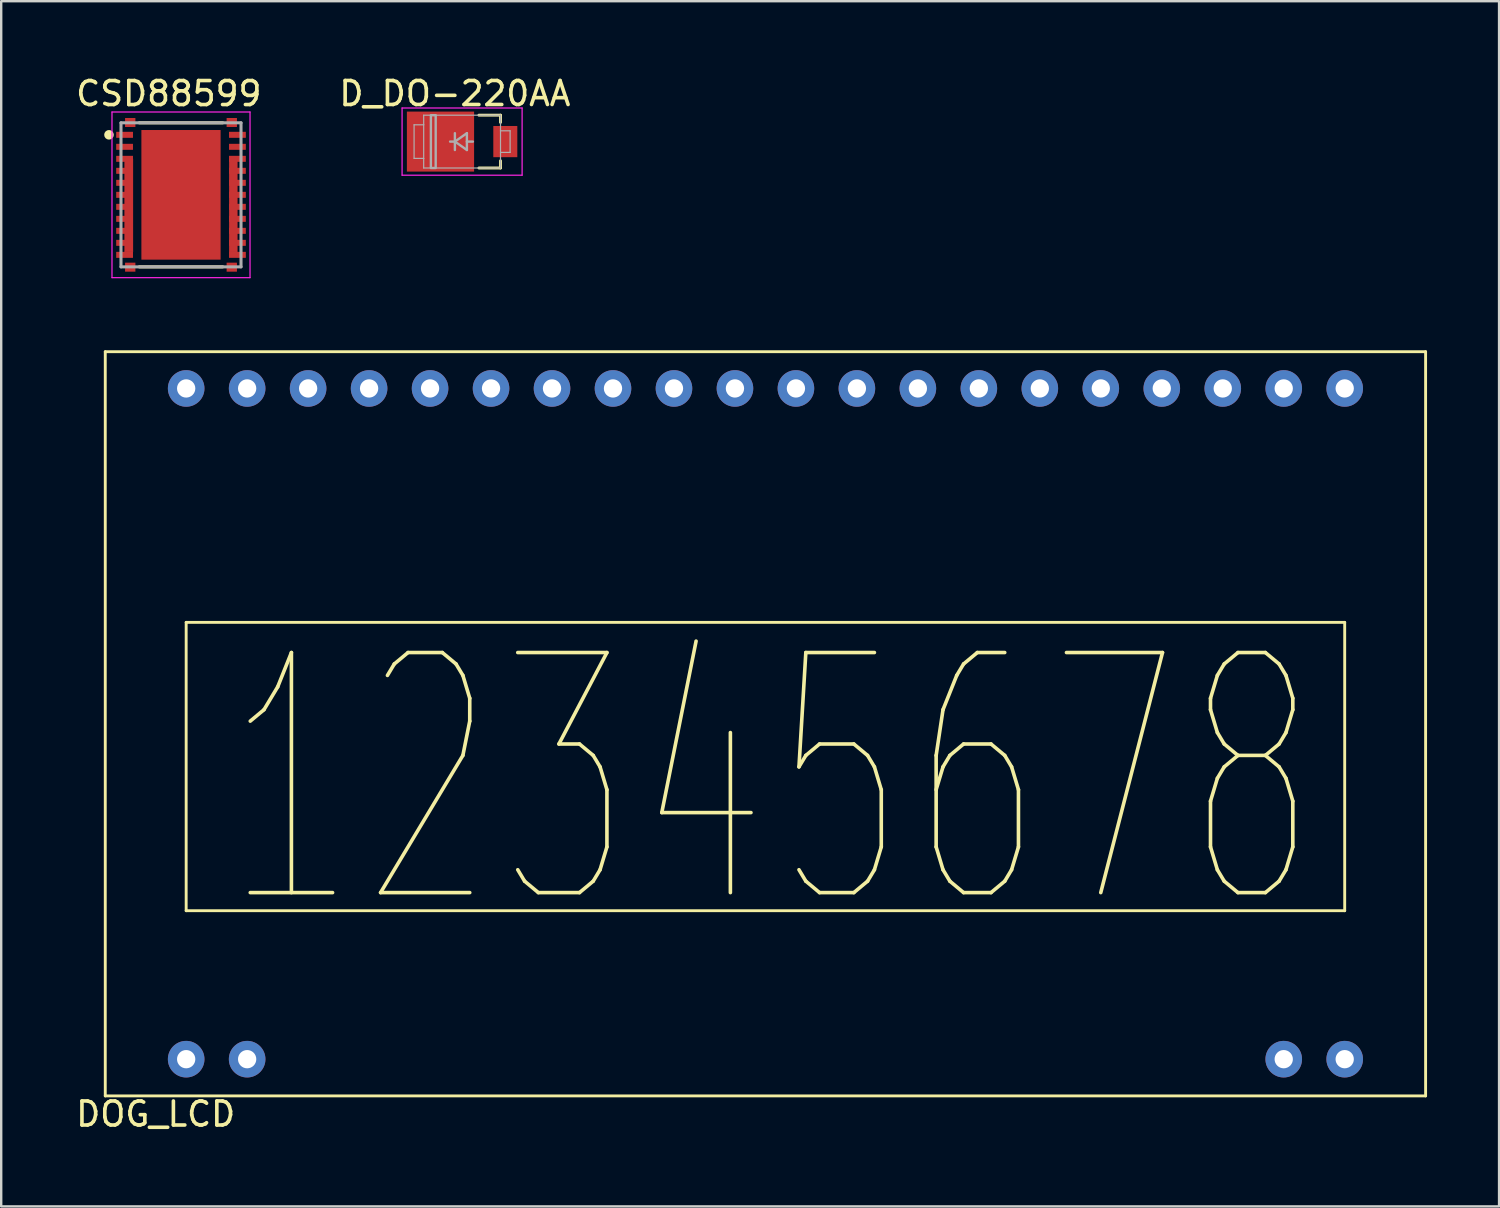
<source format=kicad_pcb>
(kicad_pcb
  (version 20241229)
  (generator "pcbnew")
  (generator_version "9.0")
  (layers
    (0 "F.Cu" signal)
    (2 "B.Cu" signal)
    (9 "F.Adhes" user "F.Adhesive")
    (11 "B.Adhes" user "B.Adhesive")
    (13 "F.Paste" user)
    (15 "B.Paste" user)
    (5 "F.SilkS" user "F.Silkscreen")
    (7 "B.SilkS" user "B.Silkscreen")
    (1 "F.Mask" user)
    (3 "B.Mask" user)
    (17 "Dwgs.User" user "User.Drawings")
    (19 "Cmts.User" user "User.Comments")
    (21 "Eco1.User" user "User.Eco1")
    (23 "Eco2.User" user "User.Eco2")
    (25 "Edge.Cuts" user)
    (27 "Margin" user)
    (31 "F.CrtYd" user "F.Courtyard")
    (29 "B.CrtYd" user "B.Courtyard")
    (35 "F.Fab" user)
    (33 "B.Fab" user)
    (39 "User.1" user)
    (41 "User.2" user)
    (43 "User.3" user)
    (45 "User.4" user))
  (footprint "CSD88599"
    (layer "F.Cu")
    (at 4.49 5.066)
    (property "Reference" "CSD88599" (at -0.508 -4.217 0) (layer "F.SilkS") (effects (font (size 1 1) (thickness 0.15))))
    (attr through_hole)
    (fp_poly (pts (xy -2.353 -1.5) (xy -2 -1.5) (xy -2 2.379) (xy -2.353 2.379)) (stroke (width 0.01) (type solid)) (fill yes) (layer "F.Cu"))
    (fp_poly (pts (xy 2.004 -1.5) (xy 2.35 -1.5) (xy 2.35 2.38) (xy 2.004 2.38)) (stroke (width 0.01) (type solid)) (fill yes) (layer "F.Cu"))
    (fp_line (start -1.738 -3) (end 1.738 -3) (stroke (width 0.127) (type solid)) (layer "F.SilkS"))
    (fp_line (start 1.738 3) (end -1.738 3) (stroke (width 0.127) (type solid)) (layer "F.SilkS"))
    (fp_circle (center -3 -2.5) (end -2.9 -2.5) (stroke (width 0.2) (type solid)) (fill no) (layer "F.SilkS"))
    (fp_poly (pts (xy -2.356 -1.5) (xy -2 -1.5) (xy -2 2.381) (xy -2.356 2.381)) (stroke (width 0.01) (type solid)) (fill yes) (layer "F.Paste"))
    (fp_poly (pts (xy -1.518 1.42) (xy -0.105 1.42) (xy -0.105 2.546) (xy -1.518 2.546)) (stroke (width 0.01) (type solid)) (fill yes) (layer "F.Paste"))
    (fp_poly (pts (xy -1.518 0.1) (xy -0.105 0.1) (xy -0.105 1.223) (xy -1.518 1.223)) (stroke (width 0.01) (type solid)) (fill yes) (layer "F.Paste"))
    (fp_poly (pts (xy -1.518 -2.54) (xy -0.105 -2.54) (xy -0.105 -1.422) (xy -1.518 -1.422)) (stroke (width 0.01) (type solid)) (fill yes) (layer "F.Paste"))
    (fp_poly (pts (xy -1.516 -1.22) (xy -0.105 -1.22) (xy -0.105 -0.1) (xy -1.516 -0.1)) (stroke (width 0.01) (type solid)) (fill yes) (layer "F.Paste"))
    (fp_poly (pts (xy 0.105 1.42) (xy 1.515 1.42) (xy 1.515 2.541) (xy 0.105 2.541)) (stroke (width 0.01) (type solid)) (fill yes) (layer "F.Paste"))
    (fp_poly (pts (xy 0.105 -1.22) (xy 1.515 -1.22) (xy 1.515 -0.1) (xy 0.105 -0.1)) (stroke (width 0.01) (type solid)) (fill yes) (layer "F.Paste"))
    (fp_poly (pts (xy 0.105 -2.54) (xy 1.515 -2.54) (xy 1.515 -1.424) (xy 0.105 -1.424)) (stroke (width 0.01) (type solid)) (fill yes) (layer "F.Paste"))
    (fp_poly (pts (xy 0.105 0.1) (xy 1.515 0.1) (xy 1.515 1.224) (xy 0.105 1.224)) (stroke (width 0.01) (type solid)) (fill yes) (layer "F.Paste"))
    (fp_poly (pts (xy 2.004 -1.5) (xy 2.35 -1.5) (xy 2.35 2.38) (xy 2.004 2.38)) (stroke (width 0.01) (type solid)) (fill yes) (layer "F.Paste"))
    (fp_line (start -2.875 -3.45) (end 2.875 -3.45) (stroke (width 0.05) (type solid)) (layer "F.CrtYd"))
    (fp_line (start -2.875 3.45) (end -2.875 -3.45) (stroke (width 0.05) (type solid)) (layer "F.CrtYd"))
    (fp_line (start 2.875 -3.45) (end 2.875 3.45) (stroke (width 0.05) (type solid)) (layer "F.CrtYd"))
    (fp_line (start 2.875 3.45) (end -2.875 3.45) (stroke (width 0.05) (type solid)) (layer "F.CrtYd"))
    (fp_line (start -2.5 -3) (end 2.5 -3) (stroke (width 0.127) (type solid)) (layer "F.Fab"))
    (fp_line (start -2.5 3) (end -2.5 -3) (stroke (width 0.127) (type solid)) (layer "F.Fab"))
    (fp_line (start 2.5 -3) (end 2.5 3) (stroke (width 0.127) (type solid)) (layer "F.Fab"))
    (fp_line (start 2.5 3) (end -2.5 3) (stroke (width 0.127) (type solid)) (layer "F.Fab"))
    (pad "1" smd rect (at -2.35 -2.5) (size 0.7 0.25) (layers "F.Cu" "F.Mask" "F.Paste"))
    (pad "2" smd rect (at -2.35 -2) (size 0.7 0.25) (layers "F.Cu" "F.Mask" "F.Paste"))
    (pad "3" smd rect (at -2.35 -1.5) (size 0.7 0.25) (layers "F.Cu" "F.Mask" "F.Paste"))
    (pad "4" smd rect (at -2.35 -1) (size 0.7 0.25) (layers "F.Cu" "F.Mask" "F.Paste"))
    (pad "5" smd rect (at -2.35 -0.5) (size 0.7 0.25) (layers "F.Cu" "F.Mask" "F.Paste"))
    (pad "6" smd rect (at -2.35 0) (size 0.7 0.25) (layers "F.Cu" "F.Mask" "F.Paste"))
    (pad "7" smd rect (at -2.35 0.5) (size 0.7 0.25) (layers "F.Cu" "F.Mask" "F.Paste"))
    (pad "8" smd rect (at -2.35 1) (size 0.7 0.25) (layers "F.Cu" "F.Mask" "F.Paste"))
    (pad "9" smd rect (at -2.35 1.5) (size 0.7 0.25) (layers "F.Cu" "F.Mask" "F.Paste"))
    (pad "10" smd rect (at -2.35 2) (size 0.7 0.25) (layers "F.Cu" "F.Mask" "F.Paste"))
    (pad "11" smd rect (at -2.35 2.5) (size 0.7 0.25) (layers "F.Cu" "F.Mask" "F.Paste"))
    (pad "12" smd rect (at 2.35 2.5) (size 0.7 0.25) (layers "F.Cu" "F.Mask" "F.Paste"))
    (pad "13" smd rect (at 2.35 2) (size 0.7 0.25) (layers "F.Cu" "F.Mask" "F.Paste"))
    (pad "14" smd rect (at 2.35 1.5) (size 0.7 0.25) (layers "F.Cu" "F.Mask" "F.Paste"))
    (pad "15" smd rect (at 2.35 1) (size 0.7 0.25) (layers "F.Cu" "F.Mask" "F.Paste"))
    (pad "16" smd rect (at 2.35 0.5) (size 0.7 0.25) (layers "F.Cu" "F.Mask" "F.Paste"))
    (pad "17" smd rect (at 2.35 0) (size 0.7 0.25) (layers "F.Cu" "F.Mask" "F.Paste"))
    (pad "18" smd rect (at 2.35 -0.5) (size 0.7 0.25) (layers "F.Cu" "F.Mask" "F.Paste"))
    (pad "19" smd rect (at 2.35 -1) (size 0.7 0.25) (layers "F.Cu" "F.Mask" "F.Paste"))
    (pad "20" smd rect (at 2.35 -1.5) (size 0.7 0.25) (layers "F.Cu" "F.Mask" "F.Paste"))
    (pad "21" smd rect (at 2.35 -2) (size 0.7 0.25) (layers "F.Cu" "F.Mask" "F.Paste"))
    (pad "22" smd rect (at 2.35 -2.5) (size 0.7 0.25) (layers "F.Cu" "F.Mask" "F.Paste"))
    (pad "23" smd rect (at -2.115 -3.013) (size 0.43 0.375) (layers "F.Cu" "F.Mask" "F.Paste"))
    (pad "24" smd rect (at -2.115 3.013) (size 0.43 0.375) (layers "F.Cu" "F.Mask" "F.Paste"))
    (pad "25" smd rect (at 2.115 3.013) (size 0.43 0.375) (layers "F.Cu" "F.Mask" "F.Paste"))
    (pad "26" smd rect (at 2.115 -3.013) (size 0.43 0.375) (layers "F.Cu" "F.Mask" "F.Paste"))
    (pad "27" smd rect (at 0 0) (size 3.3 5.4) (layers "F.Cu" "F.Mask" "F.Paste")))
  (footprint "DOG_LCD"
    (layer "F.Cu")
    (at 4.705 41.071)
    (property "Reference" "DOG_LCD" (at -1.27 2.286 0) (layer "F.SilkS") (effects (font (size 1 1) (thickness 0.15))))
    (attr through_hole)
    (fp_line (start -3.37 -29.47) (end 51.63 -29.47) (stroke (width 0.12) (type solid)) (layer "F.SilkS"))
    (fp_line (start -3.37 1.53) (end -3.37 -29.47) (stroke (width 0.12) (type solid)) (layer "F.SilkS"))
    (fp_line (start 0 -18.195) (end 48.26 -18.195) (stroke (width 0.12) (type solid)) (layer "F.SilkS"))
    (fp_line (start 0 -6.185) (end 0 -18.195) (stroke (width 0.12) (type solid)) (layer "F.SilkS"))
    (fp_line (start 48.26 -18.195) (end 48.26 -6.185) (stroke (width 0.12) (type solid)) (layer "F.SilkS"))
    (fp_line (start 48.26 -6.185) (end 0 -6.185) (stroke (width 0.12) (type solid)) (layer "F.SilkS"))
    (fp_line (start 51.63 -29.47) (end 51.63 1.53) (stroke (width 0.12) (type solid)) (layer "F.SilkS"))
    (fp_line (start 51.63 1.53) (end -3.37 1.53) (stroke (width 0.12) (type solid)) (layer "F.SilkS"))
    (fp_text user "12345678" (at 24.384 -11.557 0) (layer "F.SilkS") (effects (font (size 10 6) (thickness 0.15))))
    (pad "1" thru_hole circle (at 0 0) (size 1.524 1.524) (drill 0.762) (layers "*.Cu" "*.Mask"))
    (pad "2" thru_hole circle (at 2.54 0) (size 1.524 1.524) (drill 0.762) (layers "*.Cu" "*.Mask"))
    (pad "19" thru_hole circle (at 45.72 0) (size 1.524 1.524) (drill 0.762) (layers "*.Cu" "*.Mask"))
    (pad "20" thru_hole circle (at 48.26 0) (size 1.524 1.524) (drill 0.762) (layers "*.Cu" "*.Mask"))
    (pad "21" thru_hole circle (at 48.26 -27.94) (size 1.524 1.524) (drill 0.762) (layers "*.Cu" "*.Mask"))
    (pad "22" thru_hole circle (at 45.72 -27.94) (size 1.524 1.524) (drill 0.762) (layers "*.Cu" "*.Mask"))
    (pad "23" thru_hole circle (at 43.18 -27.94) (size 1.524 1.524) (drill 0.762) (layers "*.Cu" "*.Mask"))
    (pad "24" thru_hole circle (at 40.64 -27.94) (size 1.524 1.524) (drill 0.762) (layers "*.Cu" "*.Mask"))
    (pad "25" thru_hole circle (at 38.1 -27.94) (size 1.524 1.524) (drill 0.762) (layers "*.Cu" "*.Mask"))
    (pad "26" thru_hole circle (at 35.56 -27.94) (size 1.524 1.524) (drill 0.762) (layers "*.Cu" "*.Mask"))
    (pad "27" thru_hole circle (at 33.02 -27.94) (size 1.524 1.524) (drill 0.762) (layers "*.Cu" "*.Mask"))
    (pad "28" thru_hole circle (at 30.48 -27.94) (size 1.524 1.524) (drill 0.762) (layers "*.Cu" "*.Mask"))
    (pad "29" thru_hole circle (at 27.94 -27.94) (size 1.524 1.524) (drill 0.762) (layers "*.Cu" "*.Mask"))
    (pad "30" thru_hole circle (at 25.4 -27.94) (size 1.524 1.524) (drill 0.762) (layers "*.Cu" "*.Mask"))
    (pad "31" thru_hole circle (at 22.86 -27.94) (size 1.524 1.524) (drill 0.762) (layers "*.Cu" "*.Mask"))
    (pad "32" thru_hole circle (at 20.32 -27.94) (size 1.524 1.524) (drill 0.762) (layers "*.Cu" "*.Mask"))
    (pad "33" thru_hole circle (at 17.78 -27.94) (size 1.524 1.524) (drill 0.762) (layers "*.Cu" "*.Mask"))
    (pad "34" thru_hole circle (at 15.24 -27.94) (size 1.524 1.524) (drill 0.762) (layers "*.Cu" "*.Mask"))
    (pad "35" thru_hole circle (at 12.7 -27.94) (size 1.524 1.524) (drill 0.762) (layers "*.Cu" "*.Mask"))
    (pad "36" thru_hole circle (at 10.16 -27.94) (size 1.524 1.524) (drill 0.762) (layers "*.Cu" "*.Mask"))
    (pad "37" thru_hole circle (at 7.62 -27.94) (size 1.524 1.524) (drill 0.762) (layers "*.Cu" "*.Mask"))
    (pad "38" thru_hole circle (at 5.08 -27.94) (size 1.524 1.524) (drill 0.762) (layers "*.Cu" "*.Mask"))
    (pad "39" thru_hole circle (at 2.54 -27.94) (size 1.524 1.524) (drill 0.762) (layers "*.Cu" "*.Mask"))
    (pad "40" thru_hole circle (at 0 -27.94) (size 1.524 1.524) (drill 0.762) (layers "*.Cu" "*.Mask")))
  (footprint "D_DO-220AA"
    (layer "F.Cu")
    (at 16.199 2.848)
    (property "Reference" "D_DO-220AA" (at -0.3 -2 0) (layer "F.SilkS") (effects (font (size 1 1) (thickness 0.15))))
    (attr through_hole)
    (fp_line (start 0.7 -1.1) (end 1.6 -1.1) (stroke (width 0.12) (type solid)) (layer "F.SilkS"))
    (fp_line (start 0.7 1.1) (end 1.6 1.1) (stroke (width 0.12) (type solid)) (layer "F.SilkS"))
    (fp_line (start 1.6 -1.1) (end 1.6 -0.8) (stroke (width 0.12) (type solid)) (layer "F.SilkS"))
    (fp_line (start 1.6 1.1) (end 1.6 0.8) (stroke (width 0.12) (type solid)) (layer "F.SilkS"))
    (fp_line (start -1.904 -0.952) (end -1.904 0.952) (stroke (width 0.61) (type solid)) (layer "F.Paste"))
    (fp_line (start -2.5 -1.4) (end -2.5 1.4) (stroke (width 0.05) (type solid)) (layer "F.CrtYd"))
    (fp_line (start -2.5 -1.4) (end 2.5 -1.4) (stroke (width 0.05) (type solid)) (layer "F.CrtYd"))
    (fp_line (start 2.5 -1.4) (end 2.5 1.4) (stroke (width 0.05) (type solid)) (layer "F.CrtYd"))
    (fp_line (start 2.5 1.4) (end -2.5 1.4) (stroke (width 0.05) (type solid)) (layer "F.CrtYd"))
    (fp_line (start -2 -0.7) (end -2 0.7) (stroke (width 0.05) (type solid)) (layer "F.Fab"))
    (fp_line (start -2 0.7) (end -1.6 0.7) (stroke (width 0.05) (type solid)) (layer "F.Fab"))
    (fp_line (start -1.6 -1.1) (end 1.6 -1.1) (stroke (width 0.05) (type solid)) (layer "F.Fab"))
    (fp_line (start -1.6 -0.7) (end -2 -0.7) (stroke (width 0.05) (type solid)) (layer "F.Fab"))
    (fp_line (start -1.6 -0.7) (end -1.6 -1.1) (stroke (width 0.05) (type solid)) (layer "F.Fab"))
    (fp_line (start -1.6 0.7) (end -1.6 -0.7) (stroke (width 0.05) (type solid)) (layer "F.Fab"))
    (fp_line (start -1.6 1.1) (end -1.6 0.7) (stroke (width 0.05) (type solid)) (layer "F.Fab"))
    (fp_line (start -0.3 -0.35) (end -0.3 0.35) (stroke (width 0.1) (type solid)) (layer "F.Fab"))
    (fp_line (start -0.3 0) (end -0.5 0) (stroke (width 0.1) (type solid)) (layer "F.Fab"))
    (fp_line (start -0.3 0) (end 0.2 -0.35) (stroke (width 0.1) (type solid)) (layer "F.Fab"))
    (fp_line (start 0.2 -0.35) (end 0.2 0.35) (stroke (width 0.1) (type solid)) (layer "F.Fab"))
    (fp_line (start 0.2 0) (end 0.45 0) (stroke (width 0.1) (type solid)) (layer "F.Fab"))
    (fp_line (start 0.2 0.35) (end -0.3 0) (stroke (width 0.1) (type solid)) (layer "F.Fab"))
    (fp_line (start 1.6 -1.1) (end 1.6 -0.45) (stroke (width 0.05) (type solid)) (layer "F.Fab"))
    (fp_line (start 1.6 -0.45) (end 1.6 0.45) (stroke (width 0.05) (type solid)) (layer "F.Fab"))
    (fp_line (start 1.6 -0.45) (end 2 -0.45) (stroke (width 0.05) (type solid)) (layer "F.Fab"))
    (fp_line (start 1.6 0.45) (end 1.6 1.1) (stroke (width 0.05) (type solid)) (layer "F.Fab"))
    (fp_line (start 1.6 1.1) (end -1.6 1.1) (stroke (width 0.05) (type solid)) (layer "F.Fab"))
    (fp_line (start 2 -0.45) (end 2 0.45) (stroke (width 0.05) (type solid)) (layer "F.Fab"))
    (fp_line (start 2 0.45) (end 1.6 0.45) (stroke (width 0.05) (type solid)) (layer "F.Fab"))
    (fp_poly (pts (xy -1.3 1.1) (xy -1.1 1.1) (xy -1.1 -1.1) (xy -1.3 -1.1)) (stroke (width 0.1) (type solid)) (fill no) (layer "F.Fab"))
    (pad "1" smd rect (at -0.9 0) (size 2.8 2.5) (layers "F.Cu" "F.Mask" "F.Paste"))
    (pad "2" smd rect (at 1.8 0) (size 1 1.3) (layers "F.Cu" "F.Mask" "F.Paste")))
  (gr_rect
    (start -3 -3)
    (end 59.395 47.205)
    (stroke (width 0.1) (type default))
    (fill no)
    (layer "Edge.Cuts")))
</source>
